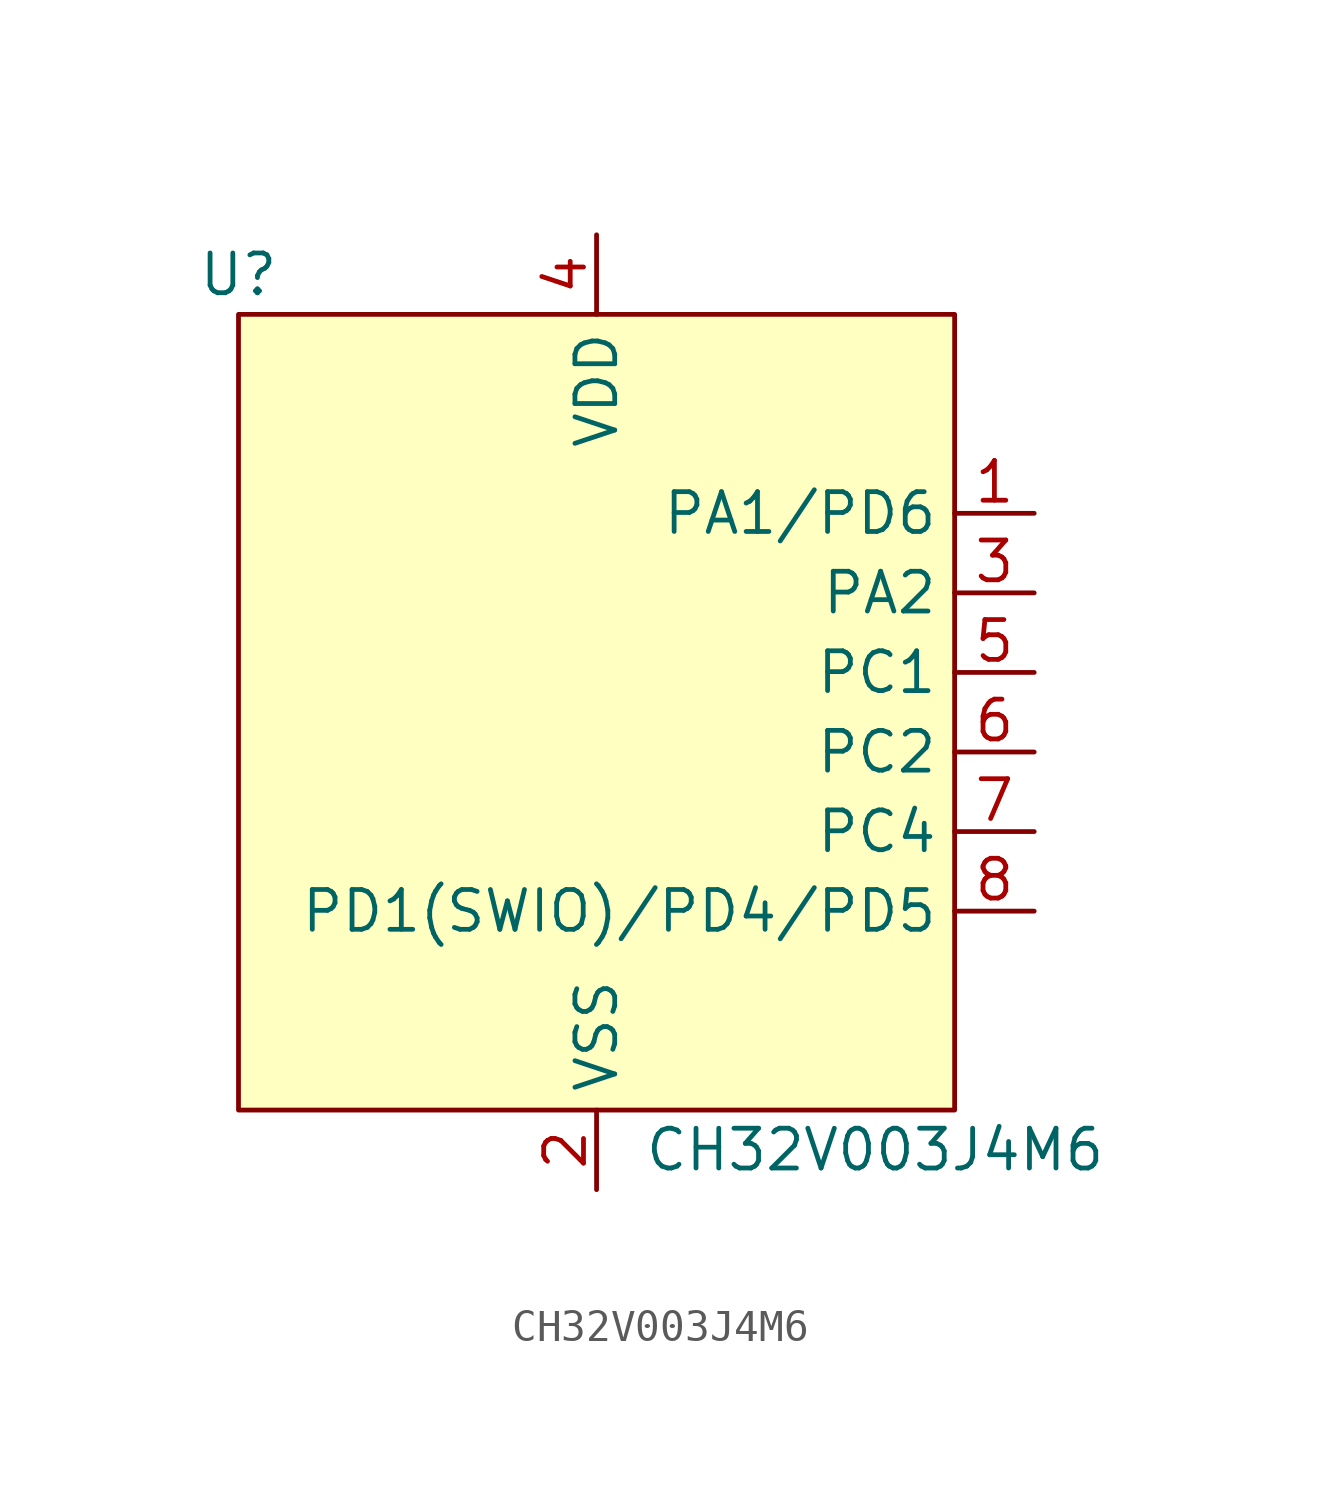
<source format=kicad_sym>
(kicad_symbol_lib
  (version 20220914)
  (generator kicad_symbol_editor)
  (symbol "CH32V003J4M6"
    (property "Reference" "U"
      (at -11.43 13.97 0)
      (effects (font (size 1.27 1.27))))
    (property "Value" "CH32V003J4M6"
      (at 8.89 -13.97 0)
      (effects (font (size 1.27 1.27))))
    (symbol "CH32V003J4M6_1_1"
      (rectangle (start -11.43 12.7) (end 11.43 -12.7) (stroke (width 0) (type default)) (fill (type background)))
      (pin bidirectional line (at 13.97 6.35 180) (length 2.54) (name "PA1/PD6" (effects (font (size 1.27 1.27)))) (number "1" (effects (font (size 1.27 1.27)))))
      (pin power_in line (at 0 -15.24 90) (length 2.54) (name "VSS" (effects (font (size 1.27 1.27)))) (number "2" (effects (font (size 1.27 1.27)))))
      (pin bidirectional line (at 13.97 3.81 180) (length 2.54) (name "PA2" (effects (font (size 1.27 1.27)))) (number "3" (effects (font (size 1.27 1.27)))))
      (pin power_in line (at 0 15.24 270) (length 2.54) (name "VDD" (effects (font (size 1.27 1.27)))) (number "4" (effects (font (size 1.27 1.27)))))
      (pin bidirectional line (at 13.97 1.27 180) (length 2.54) (name "PC1" (effects (font (size 1.27 1.27)))) (number "5" (effects (font (size 1.27 1.27)))))
      (pin bidirectional line (at 13.97 -1.27 180) (length 2.54) (name "PC2" (effects (font (size 1.27 1.27)))) (number "6" (effects (font (size 1.27 1.27)))))
      (pin bidirectional line (at 13.97 -3.81 180) (length 2.54) (name "PC4" (effects (font (size 1.27 1.27)))) (number "7" (effects (font (size 1.27 1.27)))))
      (pin bidirectional line (at 13.97 -6.35 180) (length 2.54) (name "PD1(SWIO)/PD4/PD5" (effects (font (size 1.27 1.27)))) (number "8" (effects (font (size 1.27 1.27))))))))
</source>
